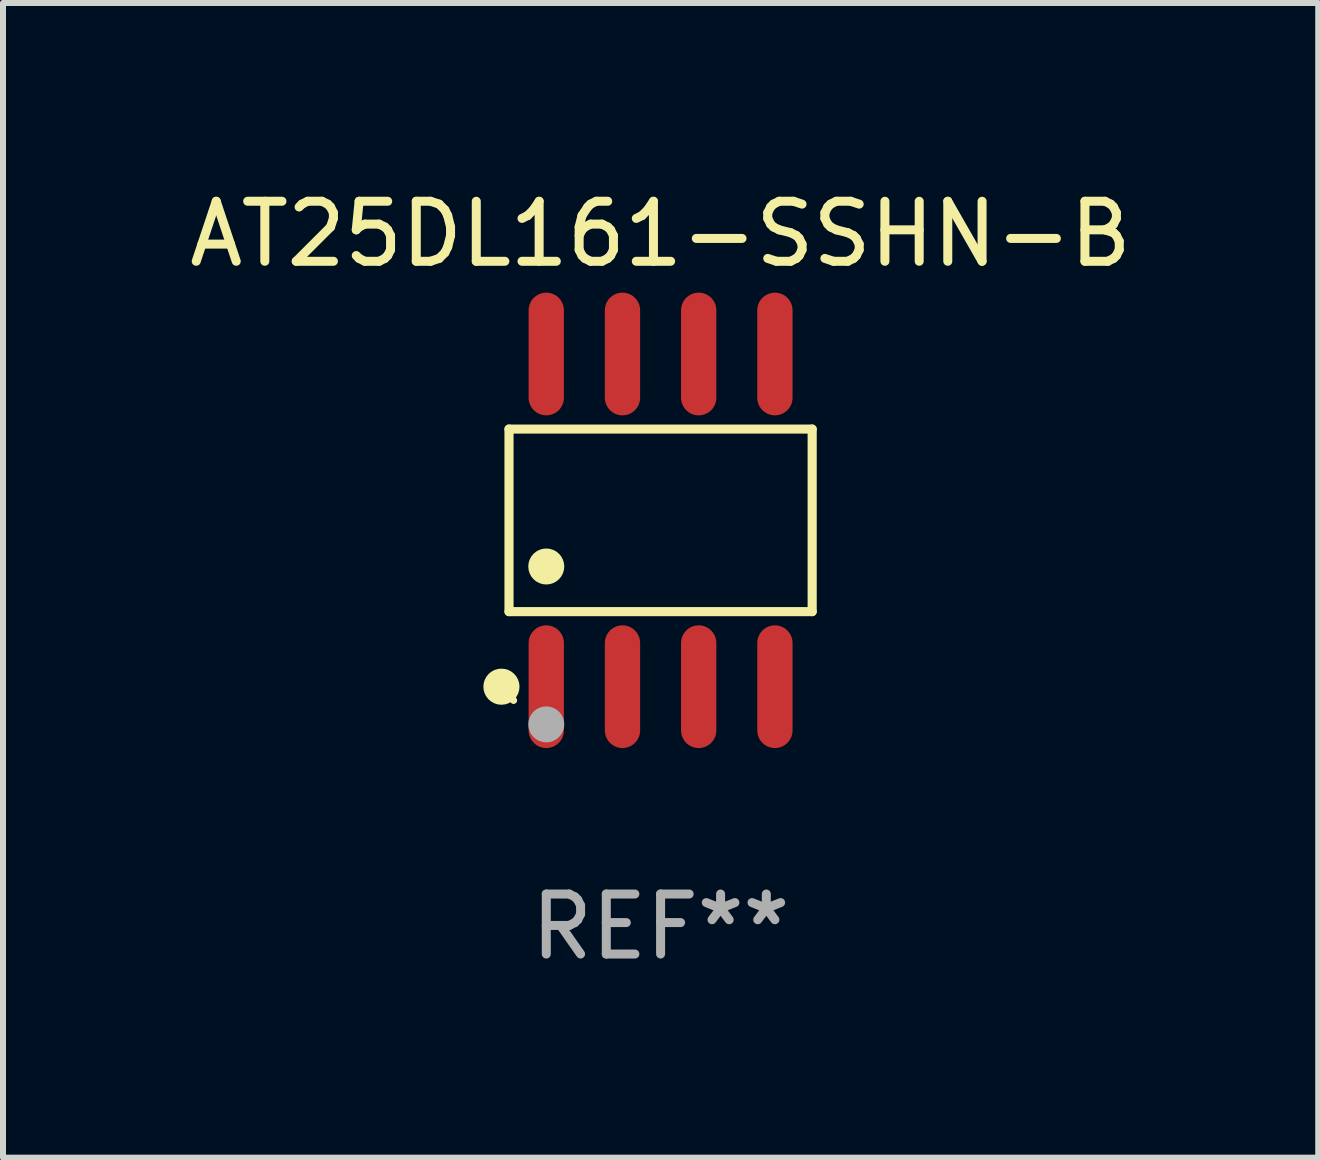
<source format=kicad_pcb>
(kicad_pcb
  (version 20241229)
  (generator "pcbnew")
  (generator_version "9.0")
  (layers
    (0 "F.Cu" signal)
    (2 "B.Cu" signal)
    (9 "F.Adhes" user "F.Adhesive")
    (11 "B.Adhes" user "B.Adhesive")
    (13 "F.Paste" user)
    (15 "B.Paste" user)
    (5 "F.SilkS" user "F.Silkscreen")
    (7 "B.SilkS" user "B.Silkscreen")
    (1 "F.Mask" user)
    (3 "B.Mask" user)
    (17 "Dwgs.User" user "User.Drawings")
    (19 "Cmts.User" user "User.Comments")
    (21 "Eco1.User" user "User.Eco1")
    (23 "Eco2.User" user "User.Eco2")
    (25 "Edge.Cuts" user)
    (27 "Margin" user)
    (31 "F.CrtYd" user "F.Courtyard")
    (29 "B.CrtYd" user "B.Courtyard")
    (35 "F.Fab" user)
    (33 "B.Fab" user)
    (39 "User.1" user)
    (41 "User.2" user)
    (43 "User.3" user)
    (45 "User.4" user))
  (footprint "AT25DL161-SSHN-B"
    (layer "F.Cu")
    (at 7.958 5.621)
    (property "Reference" "AT25DL161-SSHN-B" (at 0 -4.772 0) (layer "F.SilkS") (effects (font (size 1 1) (thickness 0.15))))
    (attr through_hole)
    (fp_line (start -2.526 -1.521) (end 2.526 -1.521) (stroke (width 0.152) (type solid)) (layer "F.SilkS"))
    (fp_line (start -2.526 1.521) (end -2.526 -1.521) (stroke (width 0.152) (type solid)) (layer "F.SilkS"))
    (fp_line (start 2.526 -1.521) (end 2.526 1.521) (stroke (width 0.152) (type solid)) (layer "F.SilkS"))
    (fp_line (start 2.526 1.521) (end -2.526 1.521) (stroke (width 0.152) (type solid)) (layer "F.SilkS"))
    (fp_circle (center -2.652 2.772) (end -2.501 2.772) (stroke (width 0.3) (type solid)) (fill no) (layer "F.SilkS"))
    (fp_circle (center -2.45 3) (end -2.42 3) (stroke (width 0.06) (type solid)) (fill no) (layer "F.SilkS"))
    (fp_circle (center -1.905 0.769) (end -1.755 0.769) (stroke (width 0.3) (type solid)) (fill no) (layer "F.SilkS"))
    (fp_circle (center -1.905 3.4) (end -1.755 3.4) (stroke (width 0.3) (type solid)) (fill no) (layer "F.Fab"))
    (fp_text user "REF**" (at 0 6.772 0) (layer "F.Fab") (effects (font (size 1 1) (thickness 0.15))))
    (pad "1" smd oval (at -1.905 2.772) (size 0.588 2.045) (layers "F.Cu" "F.Mask" "F.Paste"))
    (pad "2" smd oval (at -0.635 2.772) (size 0.588 2.045) (layers "F.Cu" "F.Mask" "F.Paste"))
    (pad "3" smd oval (at 0.635 2.772) (size 0.588 2.045) (layers "F.Cu" "F.Mask" "F.Paste"))
    (pad "4" smd oval (at 1.905 2.772) (size 0.588 2.045) (layers "F.Cu" "F.Mask" "F.Paste"))
    (pad "5" smd oval (at 1.905 -2.772) (size 0.588 2.045) (layers "F.Cu" "F.Mask" "F.Paste"))
    (pad "6" smd oval (at 0.635 -2.772) (size 0.588 2.045) (layers "F.Cu" "F.Mask" "F.Paste"))
    (pad "7" smd oval (at -0.635 -2.772) (size 0.588 2.045) (layers "F.Cu" "F.Mask" "F.Paste"))
    (pad "8" smd oval (at -1.905 -2.772) (size 0.588 2.045) (layers "F.Cu" "F.Mask" "F.Paste")))
  (gr_rect
    (start -3 -3)
    (end 18.917 16.241)
    (stroke (width 0.1) (type default))
    (fill no)
    (layer "Edge.Cuts")))
</source>
